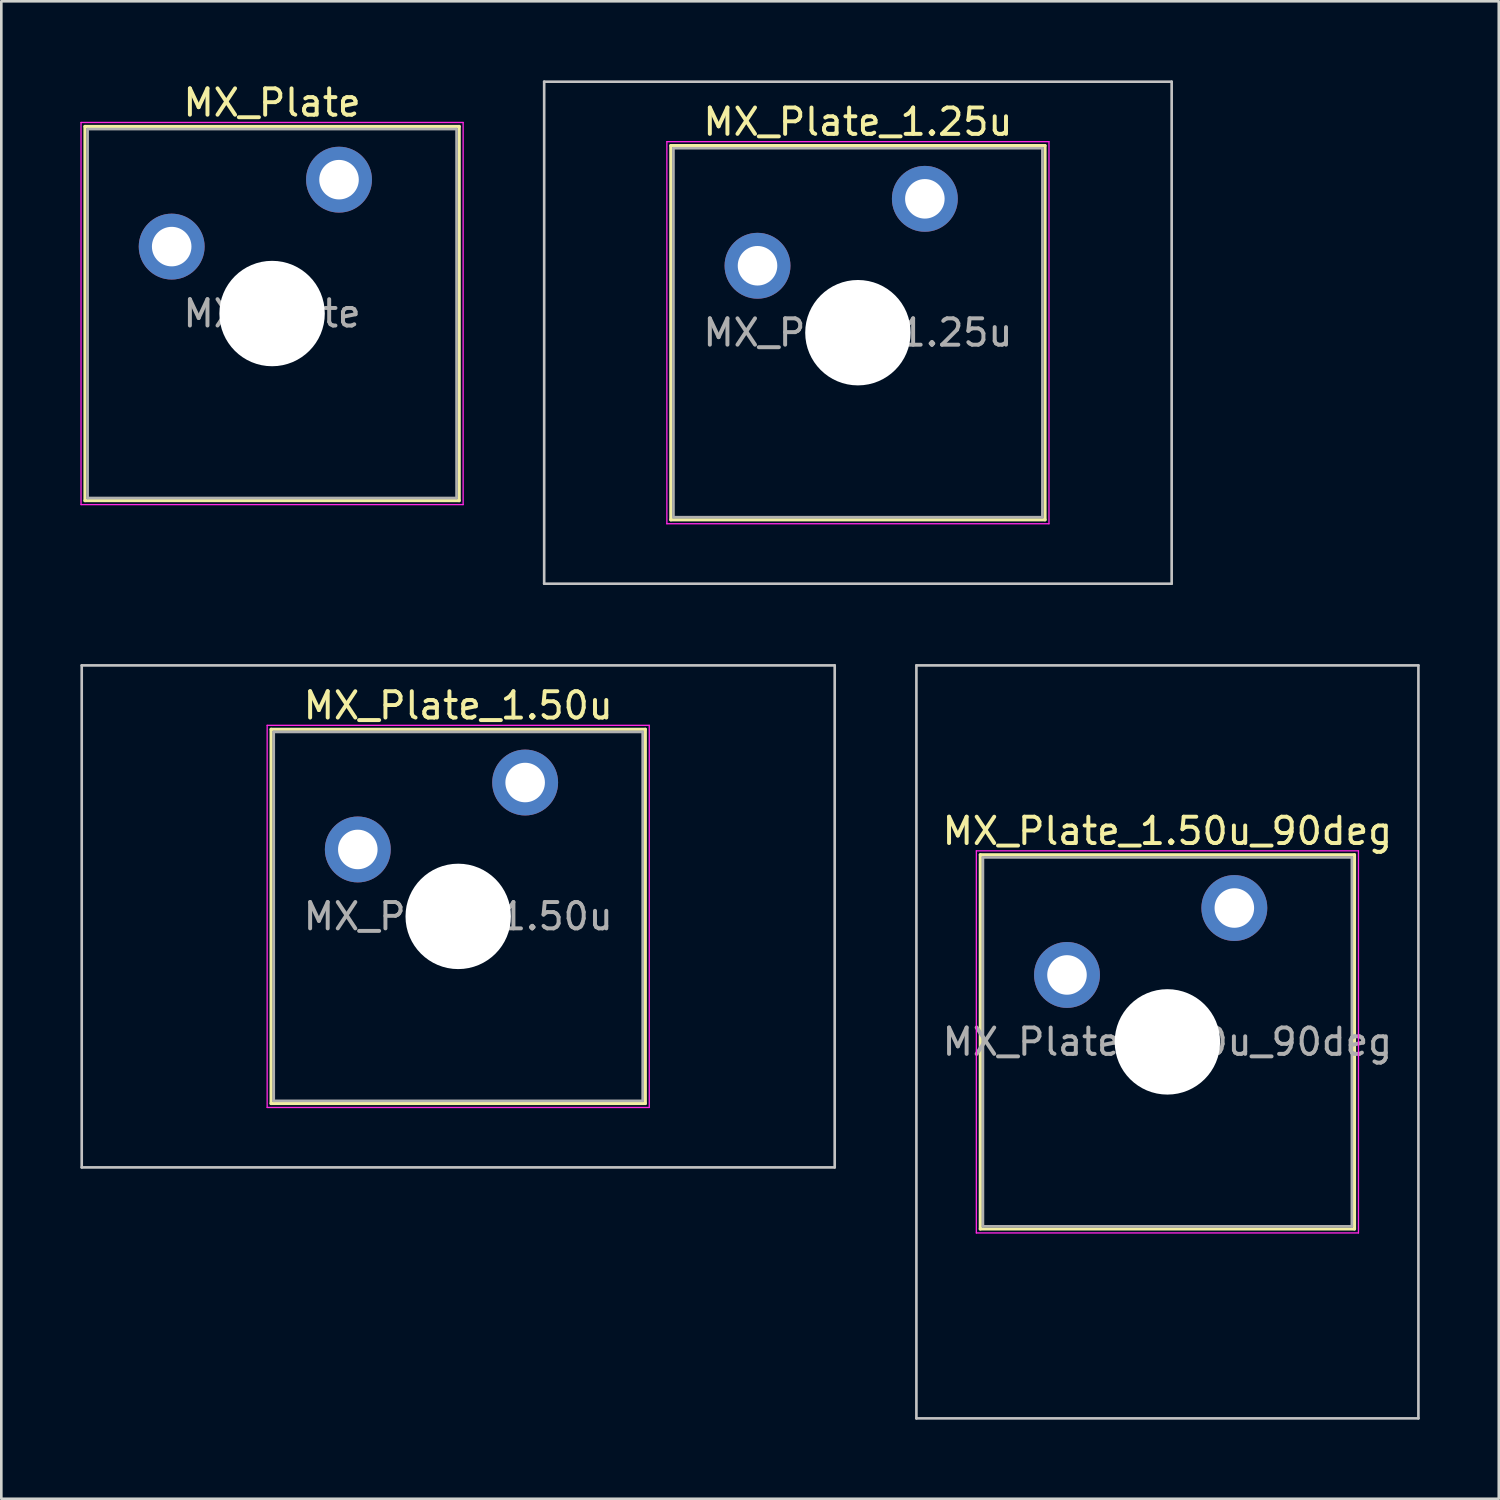
<source format=kicad_pcb>
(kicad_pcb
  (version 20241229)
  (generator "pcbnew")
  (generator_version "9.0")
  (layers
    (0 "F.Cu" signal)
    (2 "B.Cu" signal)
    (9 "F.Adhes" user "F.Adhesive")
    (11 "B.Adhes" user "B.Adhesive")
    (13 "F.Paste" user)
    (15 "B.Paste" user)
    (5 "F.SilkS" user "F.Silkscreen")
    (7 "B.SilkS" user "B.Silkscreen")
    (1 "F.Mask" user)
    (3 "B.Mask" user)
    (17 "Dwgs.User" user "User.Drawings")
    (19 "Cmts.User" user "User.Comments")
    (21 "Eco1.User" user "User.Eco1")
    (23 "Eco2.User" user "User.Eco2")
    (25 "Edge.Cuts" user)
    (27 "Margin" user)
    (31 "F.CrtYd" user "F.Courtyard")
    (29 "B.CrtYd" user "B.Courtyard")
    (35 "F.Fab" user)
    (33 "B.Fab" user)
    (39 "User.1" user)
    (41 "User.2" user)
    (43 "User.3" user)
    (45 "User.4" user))
  (footprint "MX_Plate_1.50u"
    (layer "F.Cu")
    (at 14.338 31.725)
    (property "Reference" "MX_Plate_1.50u" (at 0 -8 0) (layer "F.SilkS") (effects (font (size 1 1) (thickness 0.15))))
    (attr through_hole)
    (fp_line (start -7.1 -7.1) (end -7.1 7.1) (stroke (width 0.12) (type solid)) (layer "F.SilkS"))
    (fp_line (start -7.1 7.1) (end 7.1 7.1) (stroke (width 0.12) (type solid)) (layer "F.SilkS"))
    (fp_line (start 7.1 -7.1) (end -7.1 -7.1) (stroke (width 0.12) (type solid)) (layer "F.SilkS"))
    (fp_line (start 7.1 7.1) (end 7.1 -7.1) (stroke (width 0.12) (type solid)) (layer "F.SilkS"))
    (fp_line (start -14.287 -9.525) (end -14.287 9.525) (stroke (width 0.1) (type solid)) (layer "Dwgs.User"))
    (fp_line (start -14.287 9.525) (end 14.287 9.525) (stroke (width 0.1) (type solid)) (layer "Dwgs.User"))
    (fp_line (start 14.287 -9.525) (end -14.287 -9.525) (stroke (width 0.1) (type solid)) (layer "Dwgs.User"))
    (fp_line (start 14.287 9.525) (end 14.287 -9.525) (stroke (width 0.1) (type solid)) (layer "Dwgs.User"))
    (fp_line (start -7 -7) (end -7 7) (stroke (width 0.1) (type solid)) (layer "Eco1.User"))
    (fp_line (start -7 7) (end 7 7) (stroke (width 0.1) (type solid)) (layer "Eco1.User"))
    (fp_line (start 7 -7) (end -7 -7) (stroke (width 0.1) (type solid)) (layer "Eco1.User"))
    (fp_line (start 7 7) (end 7 -7) (stroke (width 0.1) (type solid)) (layer "Eco1.User"))
    (fp_line (start -7.25 -7.25) (end -7.25 7.25) (stroke (width 0.05) (type solid)) (layer "F.CrtYd"))
    (fp_line (start -7.25 7.25) (end 7.25 7.25) (stroke (width 0.05) (type solid)) (layer "F.CrtYd"))
    (fp_line (start 7.25 -7.25) (end -7.25 -7.25) (stroke (width 0.05) (type solid)) (layer "F.CrtYd"))
    (fp_line (start 7.25 7.25) (end 7.25 -7.25) (stroke (width 0.05) (type solid)) (layer "F.CrtYd"))
    (fp_line (start -7 -7) (end -7 7) (stroke (width 0.1) (type solid)) (layer "F.Fab"))
    (fp_line (start -7 7) (end 7 7) (stroke (width 0.1) (type solid)) (layer "F.Fab"))
    (fp_line (start 7 -7) (end -7 -7) (stroke (width 0.1) (type solid)) (layer "F.Fab"))
    (fp_line (start 7 7) (end 7 -7) (stroke (width 0.1) (type solid)) (layer "F.Fab"))
    (fp_text user "${REFERENCE}" (at 0 0 0) (layer "F.Fab") (effects (font (size 1 1) (thickness 0.15))))
    (pad "" np_thru_hole circle (at 0 0) (size 4 4) (drill 4) (layers "*.Cu" "*.Mask"))
    (pad "1" thru_hole circle (at -3.81 -2.54) (size 2.5 2.5) (drill 1.5) (layers "*.Cu" "*.Mask"))
    (pad "2" thru_hole circle (at 2.54 -5.08) (size 2.5 2.5) (drill 1.5) (layers "*.Cu" "*.Mask")))
  (footprint "MX_Plate"
    (layer "F.Cu")
    (at 7.275 8.848)
    (property "Reference" "MX_Plate" (at 0 -8 0) (layer "F.SilkS") (effects (font (size 1 1) (thickness 0.15))))
    (attr through_hole)
    (fp_line (start -7.1 -7.1) (end -7.1 7.1) (stroke (width 0.12) (type solid)) (layer "F.SilkS"))
    (fp_line (start -7.1 7.1) (end 7.1 7.1) (stroke (width 0.12) (type solid)) (layer "F.SilkS"))
    (fp_line (start 7.1 -7.1) (end -7.1 -7.1) (stroke (width 0.12) (type solid)) (layer "F.SilkS"))
    (fp_line (start 7.1 7.1) (end 7.1 -7.1) (stroke (width 0.12) (type solid)) (layer "F.SilkS"))
    (fp_line (start -7 -7) (end -7 7) (stroke (width 0.1) (type solid)) (layer "Eco1.User"))
    (fp_line (start -7 7) (end 7 7) (stroke (width 0.1) (type solid)) (layer "Eco1.User"))
    (fp_line (start 7 -7) (end -7 -7) (stroke (width 0.1) (type solid)) (layer "Eco1.User"))
    (fp_line (start 7 7) (end 7 -7) (stroke (width 0.1) (type solid)) (layer "Eco1.User"))
    (fp_line (start -7.25 -7.25) (end -7.25 7.25) (stroke (width 0.05) (type solid)) (layer "F.CrtYd"))
    (fp_line (start -7.25 7.25) (end 7.25 7.25) (stroke (width 0.05) (type solid)) (layer "F.CrtYd"))
    (fp_line (start 7.25 -7.25) (end -7.25 -7.25) (stroke (width 0.05) (type solid)) (layer "F.CrtYd"))
    (fp_line (start 7.25 7.25) (end 7.25 -7.25) (stroke (width 0.05) (type solid)) (layer "F.CrtYd"))
    (fp_line (start -7 -7) (end -7 7) (stroke (width 0.1) (type solid)) (layer "F.Fab"))
    (fp_line (start -7 7) (end 7 7) (stroke (width 0.1) (type solid)) (layer "F.Fab"))
    (fp_line (start 7 -7) (end -7 -7) (stroke (width 0.1) (type solid)) (layer "F.Fab"))
    (fp_line (start 7 7) (end 7 -7) (stroke (width 0.1) (type solid)) (layer "F.Fab"))
    (fp_text user "${REFERENCE}" (at 0 0 0) (layer "F.Fab") (effects (font (size 1 1) (thickness 0.15))))
    (pad "" np_thru_hole circle (at 0 0) (size 4 4) (drill 4) (layers "*.Cu" "*.Mask"))
    (pad "1" thru_hole circle (at -3.81 -2.54) (size 2.5 2.5) (drill 1.5) (layers "*.Cu" "*.Mask"))
    (pad "2" thru_hole circle (at 2.54 -5.08) (size 2.5 2.5) (drill 1.5) (layers "*.Cu" "*.Mask")))
  (footprint "MX_Plate_1.50u_90deg"
    (layer "F.Cu")
    (at 41.25 36.487)
    (property "Reference" "MX_Plate_1.50u_90deg" (at 0 -8 0) (layer "F.SilkS") (effects (font (size 1 1) (thickness 0.15))))
    (attr through_hole)
    (fp_line (start -7.1 -7.1) (end -7.1 7.1) (stroke (width 0.12) (type solid)) (layer "F.SilkS"))
    (fp_line (start -7.1 7.1) (end 7.1 7.1) (stroke (width 0.12) (type solid)) (layer "F.SilkS"))
    (fp_line (start 7.1 -7.1) (end -7.1 -7.1) (stroke (width 0.12) (type solid)) (layer "F.SilkS"))
    (fp_line (start 7.1 7.1) (end 7.1 -7.1) (stroke (width 0.12) (type solid)) (layer "F.SilkS"))
    (fp_line (start -9.525 -14.287) (end 9.525 -14.287) (stroke (width 0.1) (type solid)) (layer "Dwgs.User"))
    (fp_line (start -9.525 14.287) (end -9.525 -14.287) (stroke (width 0.1) (type solid)) (layer "Dwgs.User"))
    (fp_line (start 9.525 -14.287) (end 9.525 14.287) (stroke (width 0.1) (type solid)) (layer "Dwgs.User"))
    (fp_line (start 9.525 14.287) (end -9.525 14.287) (stroke (width 0.1) (type solid)) (layer "Dwgs.User"))
    (fp_line (start -7 -7) (end -7 7) (stroke (width 0.1) (type solid)) (layer "Eco1.User"))
    (fp_line (start -7 7) (end 7 7) (stroke (width 0.1) (type solid)) (layer "Eco1.User"))
    (fp_line (start 7 -7) (end -7 -7) (stroke (width 0.1) (type solid)) (layer "Eco1.User"))
    (fp_line (start 7 7) (end 7 -7) (stroke (width 0.1) (type solid)) (layer "Eco1.User"))
    (fp_line (start -7.25 -7.25) (end -7.25 7.25) (stroke (width 0.05) (type solid)) (layer "F.CrtYd"))
    (fp_line (start -7.25 7.25) (end 7.25 7.25) (stroke (width 0.05) (type solid)) (layer "F.CrtYd"))
    (fp_line (start 7.25 -7.25) (end -7.25 -7.25) (stroke (width 0.05) (type solid)) (layer "F.CrtYd"))
    (fp_line (start 7.25 7.25) (end 7.25 -7.25) (stroke (width 0.05) (type solid)) (layer "F.CrtYd"))
    (fp_line (start -7 -7) (end -7 7) (stroke (width 0.1) (type solid)) (layer "F.Fab"))
    (fp_line (start -7 7) (end 7 7) (stroke (width 0.1) (type solid)) (layer "F.Fab"))
    (fp_line (start 7 -7) (end -7 -7) (stroke (width 0.1) (type solid)) (layer "F.Fab"))
    (fp_line (start 7 7) (end 7 -7) (stroke (width 0.1) (type solid)) (layer "F.Fab"))
    (fp_text user "${REFERENCE}" (at 0 0 0) (layer "F.Fab") (effects (font (size 1 1) (thickness 0.15))))
    (pad "" np_thru_hole circle (at 0 0) (size 4 4) (drill 4) (layers "*.Cu" "*.Mask"))
    (pad "1" thru_hole circle (at -3.81 -2.54) (size 2.5 2.5) (drill 1.5) (layers "*.Cu" "*.Mask"))
    (pad "2" thru_hole circle (at 2.54 -5.08) (size 2.5 2.5) (drill 1.5) (layers "*.Cu" "*.Mask")))
  (footprint "MX_Plate_1.25u"
    (layer "F.Cu")
    (at 29.506 9.575)
    (property "Reference" "MX_Plate_1.25u" (at 0 -8 0) (layer "F.SilkS") (effects (font (size 1 1) (thickness 0.15))))
    (attr through_hole)
    (fp_line (start -7.1 -7.1) (end -7.1 7.1) (stroke (width 0.12) (type solid)) (layer "F.SilkS"))
    (fp_line (start -7.1 7.1) (end 7.1 7.1) (stroke (width 0.12) (type solid)) (layer "F.SilkS"))
    (fp_line (start 7.1 -7.1) (end -7.1 -7.1) (stroke (width 0.12) (type solid)) (layer "F.SilkS"))
    (fp_line (start 7.1 7.1) (end 7.1 -7.1) (stroke (width 0.12) (type solid)) (layer "F.SilkS"))
    (fp_line (start -11.906 -9.525) (end -11.906 9.525) (stroke (width 0.1) (type solid)) (layer "Dwgs.User"))
    (fp_line (start -11.906 9.525) (end 11.906 9.525) (stroke (width 0.1) (type solid)) (layer "Dwgs.User"))
    (fp_line (start 11.906 -9.525) (end -11.906 -9.525) (stroke (width 0.1) (type solid)) (layer "Dwgs.User"))
    (fp_line (start 11.906 9.525) (end 11.906 -9.525) (stroke (width 0.1) (type solid)) (layer "Dwgs.User"))
    (fp_line (start -7 -7) (end -7 7) (stroke (width 0.1) (type solid)) (layer "Eco1.User"))
    (fp_line (start -7 7) (end 7 7) (stroke (width 0.1) (type solid)) (layer "Eco1.User"))
    (fp_line (start 7 -7) (end -7 -7) (stroke (width 0.1) (type solid)) (layer "Eco1.User"))
    (fp_line (start 7 7) (end 7 -7) (stroke (width 0.1) (type solid)) (layer "Eco1.User"))
    (fp_line (start -7.25 -7.25) (end -7.25 7.25) (stroke (width 0.05) (type solid)) (layer "F.CrtYd"))
    (fp_line (start -7.25 7.25) (end 7.25 7.25) (stroke (width 0.05) (type solid)) (layer "F.CrtYd"))
    (fp_line (start 7.25 -7.25) (end -7.25 -7.25) (stroke (width 0.05) (type solid)) (layer "F.CrtYd"))
    (fp_line (start 7.25 7.25) (end 7.25 -7.25) (stroke (width 0.05) (type solid)) (layer "F.CrtYd"))
    (fp_line (start -7 -7) (end -7 7) (stroke (width 0.1) (type solid)) (layer "F.Fab"))
    (fp_line (start -7 7) (end 7 7) (stroke (width 0.1) (type solid)) (layer "F.Fab"))
    (fp_line (start 7 -7) (end -7 -7) (stroke (width 0.1) (type solid)) (layer "F.Fab"))
    (fp_line (start 7 7) (end 7 -7) (stroke (width 0.1) (type solid)) (layer "F.Fab"))
    (fp_text user "${REFERENCE}" (at 0 0 0) (layer "F.Fab") (effects (font (size 1 1) (thickness 0.15))))
    (pad "" np_thru_hole circle (at 0 0) (size 4 4) (drill 4) (layers "*.Cu" "*.Mask"))
    (pad "1" thru_hole circle (at -3.81 -2.54) (size 2.5 2.5) (drill 1.5) (layers "*.Cu" "*.Mask"))
    (pad "2" thru_hole circle (at 2.54 -5.08) (size 2.5 2.5) (drill 1.5) (layers "*.Cu" "*.Mask")))
  (gr_rect
    (start -3 -3)
    (end 53.825 53.825)
    (stroke (width 0.1) (type default))
    (fill no)
    (layer "Edge.Cuts")))
</source>
